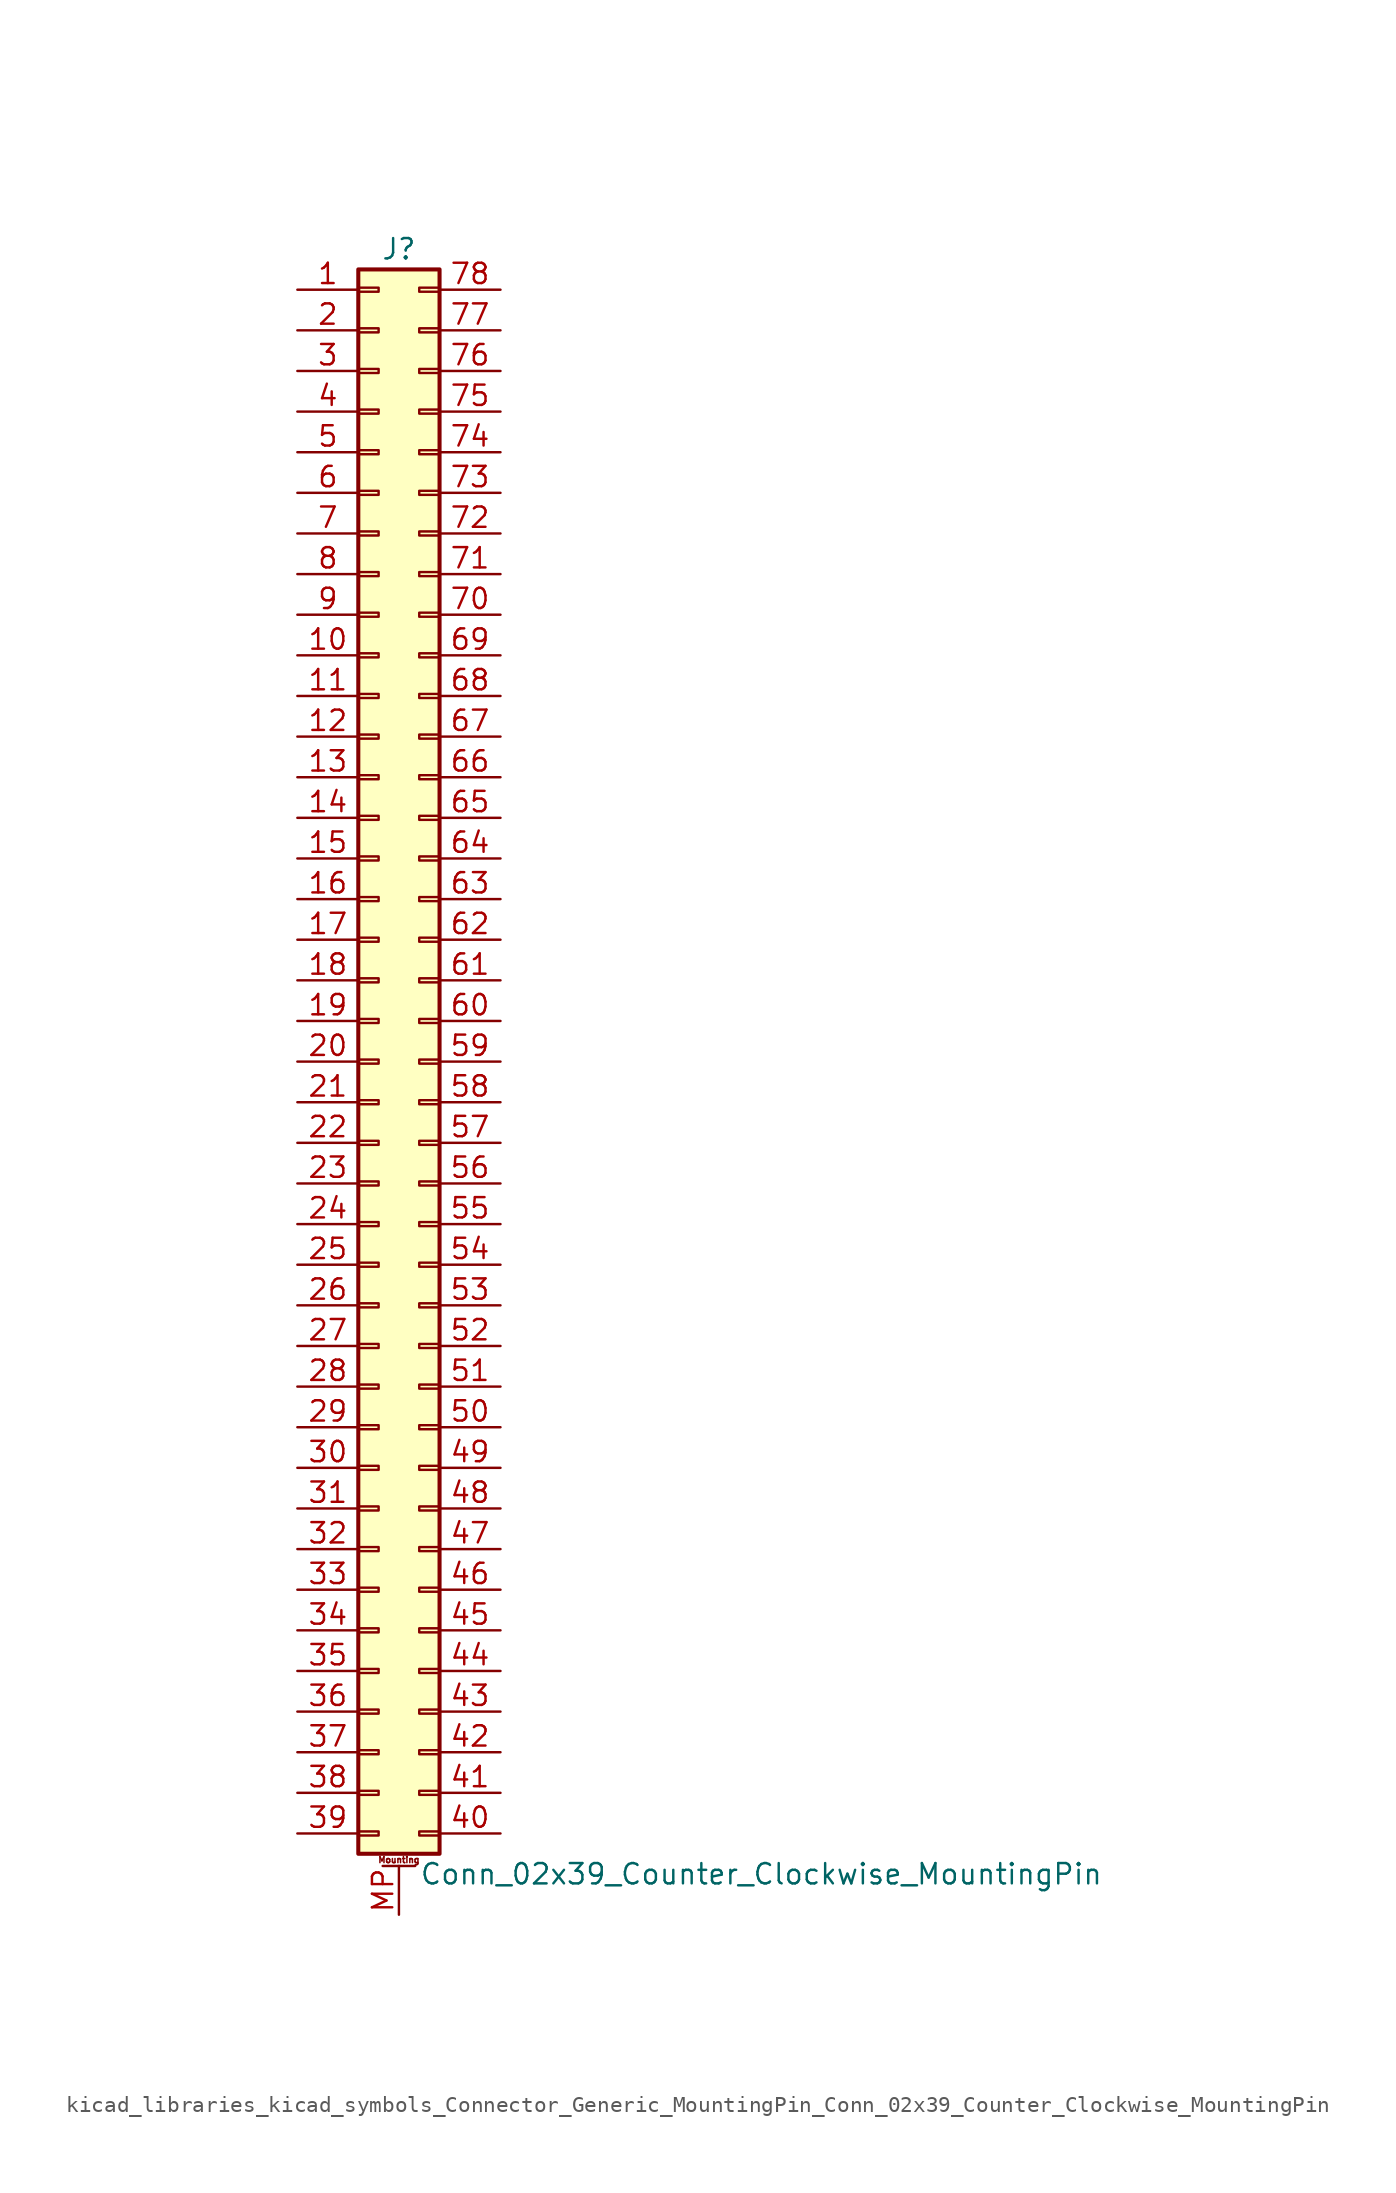
<source format=kicad_sym>
(kicad_symbol_lib
  (version 20220914)
  (generator kicad_symbol_editor)
  (symbol "kicad_libraries_kicad_symbols_Connector_Generic_MountingPin_Conn_02x39_Counter_Clockwise_MountingPin"
    (pin_names
      (offset 1.016) hide)
    (property "Reference" "J"
      (at 1.27 50.8 0)
      (effects (font (size 1.27 1.27))))
    (property "Value" "Conn_02x39_Counter_Clockwise_MountingPin"
      (at 2.54 -50.8 0)
      (effects (font (size 1.27 1.27)) (justify left)))
    (symbol "kicad_libraries_kicad_symbols_Connector_Generic_MountingPin_Conn_02x39_Counter_Clockwise_MountingPin_1_1"
      (rectangle (start -1.27 -48.133) (end 0 -48.387) (stroke (width 0.152) (type default)) (fill (type none)))
      (rectangle (start -1.27 -45.593) (end 0 -45.847) (stroke (width 0.152) (type default)) (fill (type none)))
      (rectangle (start -1.27 -43.053) (end 0 -43.307) (stroke (width 0.152) (type default)) (fill (type none)))
      (rectangle (start -1.27 -40.513) (end 0 -40.767) (stroke (width 0.152) (type default)) (fill (type none)))
      (rectangle (start -1.27 -37.973) (end 0 -38.227) (stroke (width 0.152) (type default)) (fill (type none)))
      (rectangle (start -1.27 -35.433) (end 0 -35.687) (stroke (width 0.152) (type default)) (fill (type none)))
      (rectangle (start -1.27 -32.893) (end 0 -33.147) (stroke (width 0.152) (type default)) (fill (type none)))
      (rectangle (start -1.27 -30.353) (end 0 -30.607) (stroke (width 0.152) (type default)) (fill (type none)))
      (rectangle (start -1.27 -27.813) (end 0 -28.067) (stroke (width 0.152) (type default)) (fill (type none)))
      (rectangle (start -1.27 -25.273) (end 0 -25.527) (stroke (width 0.152) (type default)) (fill (type none)))
      (rectangle (start -1.27 -22.733) (end 0 -22.987) (stroke (width 0.152) (type default)) (fill (type none)))
      (rectangle (start -1.27 -20.193) (end 0 -20.447) (stroke (width 0.152) (type default)) (fill (type none)))
      (rectangle (start -1.27 -17.653) (end 0 -17.907) (stroke (width 0.152) (type default)) (fill (type none)))
      (rectangle (start -1.27 -15.113) (end 0 -15.367) (stroke (width 0.152) (type default)) (fill (type none)))
      (rectangle (start -1.27 -12.573) (end 0 -12.827) (stroke (width 0.152) (type default)) (fill (type none)))
      (rectangle (start -1.27 -10.033) (end 0 -10.287) (stroke (width 0.152) (type default)) (fill (type none)))
      (rectangle (start -1.27 -7.493) (end 0 -7.747) (stroke (width 0.152) (type default)) (fill (type none)))
      (rectangle (start -1.27 -4.953) (end 0 -5.207) (stroke (width 0.152) (type default)) (fill (type none)))
      (rectangle (start -1.27 -2.413) (end 0 -2.667) (stroke (width 0.152) (type default)) (fill (type none)))
      (rectangle (start -1.27 0.127) (end 0 -0.127) (stroke (width 0.152) (type default)) (fill (type none)))
      (rectangle (start -1.27 2.667) (end 0 2.413) (stroke (width 0.152) (type default)) (fill (type none)))
      (rectangle (start -1.27 5.207) (end 0 4.953) (stroke (width 0.152) (type default)) (fill (type none)))
      (rectangle (start -1.27 7.747) (end 0 7.493) (stroke (width 0.152) (type default)) (fill (type none)))
      (rectangle (start -1.27 10.287) (end 0 10.033) (stroke (width 0.152) (type default)) (fill (type none)))
      (rectangle (start -1.27 12.827) (end 0 12.573) (stroke (width 0.152) (type default)) (fill (type none)))
      (rectangle (start -1.27 15.367) (end 0 15.113) (stroke (width 0.152) (type default)) (fill (type none)))
      (rectangle (start -1.27 17.907) (end 0 17.653) (stroke (width 0.152) (type default)) (fill (type none)))
      (rectangle (start -1.27 20.447) (end 0 20.193) (stroke (width 0.152) (type default)) (fill (type none)))
      (rectangle (start -1.27 22.987) (end 0 22.733) (stroke (width 0.152) (type default)) (fill (type none)))
      (rectangle (start -1.27 25.527) (end 0 25.273) (stroke (width 0.152) (type default)) (fill (type none)))
      (rectangle (start -1.27 28.067) (end 0 27.813) (stroke (width 0.152) (type default)) (fill (type none)))
      (rectangle (start -1.27 30.607) (end 0 30.353) (stroke (width 0.152) (type default)) (fill (type none)))
      (rectangle (start -1.27 33.147) (end 0 32.893) (stroke (width 0.152) (type default)) (fill (type none)))
      (rectangle (start -1.27 35.687) (end 0 35.433) (stroke (width 0.152) (type default)) (fill (type none)))
      (rectangle (start -1.27 38.227) (end 0 37.973) (stroke (width 0.152) (type default)) (fill (type none)))
      (rectangle (start -1.27 40.767) (end 0 40.513) (stroke (width 0.152) (type default)) (fill (type none)))
      (rectangle (start -1.27 43.307) (end 0 43.053) (stroke (width 0.152) (type default)) (fill (type none)))
      (rectangle (start -1.27 45.847) (end 0 45.593) (stroke (width 0.152) (type default)) (fill (type none)))
      (rectangle (start -1.27 48.387) (end 0 48.133) (stroke (width 0.152) (type default)) (fill (type none)))
      (rectangle (start -1.27 49.53) (end 3.81 -49.53) (stroke (width 0.254) (type default)) (fill (type background)))
      (polyline (pts (xy 0.254 -50.292) (xy 2.286 -50.292)) (stroke (width 0.152) (type default)) (fill (type none)))
      (rectangle (start 3.81 -48.133) (end 2.54 -48.387) (stroke (width 0.152) (type default)) (fill (type none)))
      (rectangle (start 3.81 -45.593) (end 2.54 -45.847) (stroke (width 0.152) (type default)) (fill (type none)))
      (rectangle (start 3.81 -43.053) (end 2.54 -43.307) (stroke (width 0.152) (type default)) (fill (type none)))
      (rectangle (start 3.81 -40.513) (end 2.54 -40.767) (stroke (width 0.152) (type default)) (fill (type none)))
      (rectangle (start 3.81 -37.973) (end 2.54 -38.227) (stroke (width 0.152) (type default)) (fill (type none)))
      (rectangle (start 3.81 -35.433) (end 2.54 -35.687) (stroke (width 0.152) (type default)) (fill (type none)))
      (rectangle (start 3.81 -32.893) (end 2.54 -33.147) (stroke (width 0.152) (type default)) (fill (type none)))
      (rectangle (start 3.81 -30.353) (end 2.54 -30.607) (stroke (width 0.152) (type default)) (fill (type none)))
      (rectangle (start 3.81 -27.813) (end 2.54 -28.067) (stroke (width 0.152) (type default)) (fill (type none)))
      (rectangle (start 3.81 -25.273) (end 2.54 -25.527) (stroke (width 0.152) (type default)) (fill (type none)))
      (rectangle (start 3.81 -22.733) (end 2.54 -22.987) (stroke (width 0.152) (type default)) (fill (type none)))
      (rectangle (start 3.81 -20.193) (end 2.54 -20.447) (stroke (width 0.152) (type default)) (fill (type none)))
      (rectangle (start 3.81 -17.653) (end 2.54 -17.907) (stroke (width 0.152) (type default)) (fill (type none)))
      (rectangle (start 3.81 -15.113) (end 2.54 -15.367) (stroke (width 0.152) (type default)) (fill (type none)))
      (rectangle (start 3.81 -12.573) (end 2.54 -12.827) (stroke (width 0.152) (type default)) (fill (type none)))
      (rectangle (start 3.81 -10.033) (end 2.54 -10.287) (stroke (width 0.152) (type default)) (fill (type none)))
      (rectangle (start 3.81 -7.493) (end 2.54 -7.747) (stroke (width 0.152) (type default)) (fill (type none)))
      (rectangle (start 3.81 -4.953) (end 2.54 -5.207) (stroke (width 0.152) (type default)) (fill (type none)))
      (rectangle (start 3.81 -2.413) (end 2.54 -2.667) (stroke (width 0.152) (type default)) (fill (type none)))
      (rectangle (start 3.81 0.127) (end 2.54 -0.127) (stroke (width 0.152) (type default)) (fill (type none)))
      (rectangle (start 3.81 2.667) (end 2.54 2.413) (stroke (width 0.152) (type default)) (fill (type none)))
      (rectangle (start 3.81 5.207) (end 2.54 4.953) (stroke (width 0.152) (type default)) (fill (type none)))
      (rectangle (start 3.81 7.747) (end 2.54 7.493) (stroke (width 0.152) (type default)) (fill (type none)))
      (rectangle (start 3.81 10.287) (end 2.54 10.033) (stroke (width 0.152) (type default)) (fill (type none)))
      (rectangle (start 3.81 12.827) (end 2.54 12.573) (stroke (width 0.152) (type default)) (fill (type none)))
      (rectangle (start 3.81 15.367) (end 2.54 15.113) (stroke (width 0.152) (type default)) (fill (type none)))
      (rectangle (start 3.81 17.907) (end 2.54 17.653) (stroke (width 0.152) (type default)) (fill (type none)))
      (rectangle (start 3.81 20.447) (end 2.54 20.193) (stroke (width 0.152) (type default)) (fill (type none)))
      (rectangle (start 3.81 22.987) (end 2.54 22.733) (stroke (width 0.152) (type default)) (fill (type none)))
      (rectangle (start 3.81 25.527) (end 2.54 25.273) (stroke (width 0.152) (type default)) (fill (type none)))
      (rectangle (start 3.81 28.067) (end 2.54 27.813) (stroke (width 0.152) (type default)) (fill (type none)))
      (rectangle (start 3.81 30.607) (end 2.54 30.353) (stroke (width 0.152) (type default)) (fill (type none)))
      (rectangle (start 3.81 33.147) (end 2.54 32.893) (stroke (width 0.152) (type default)) (fill (type none)))
      (rectangle (start 3.81 35.687) (end 2.54 35.433) (stroke (width 0.152) (type default)) (fill (type none)))
      (rectangle (start 3.81 38.227) (end 2.54 37.973) (stroke (width 0.152) (type default)) (fill (type none)))
      (rectangle (start 3.81 40.767) (end 2.54 40.513) (stroke (width 0.152) (type default)) (fill (type none)))
      (rectangle (start 3.81 43.307) (end 2.54 43.053) (stroke (width 0.152) (type default)) (fill (type none)))
      (rectangle (start 3.81 45.847) (end 2.54 45.593) (stroke (width 0.152) (type default)) (fill (type none)))
      (rectangle (start 3.81 48.387) (end 2.54 48.133) (stroke (width 0.152) (type default)) (fill (type none)))
      (text "Mounting" (at 1.27 -49.911 0) (effects (font (size 0.381 0.381))))
      (pin passive line (at -5.08 48.26 0) (length 3.81) (name "Pin_1" (effects (font (size 1.27 1.27)))) (number "1" (effects (font (size 1.27 1.27)))))
      (pin passive line (at -5.08 25.4 0) (length 3.81) (name "Pin_10" (effects (font (size 1.27 1.27)))) (number "10" (effects (font (size 1.27 1.27)))))
      (pin passive line (at -5.08 22.86 0) (length 3.81) (name "Pin_11" (effects (font (size 1.27 1.27)))) (number "11" (effects (font (size 1.27 1.27)))))
      (pin passive line (at -5.08 20.32 0) (length 3.81) (name "Pin_12" (effects (font (size 1.27 1.27)))) (number "12" (effects (font (size 1.27 1.27)))))
      (pin passive line (at -5.08 17.78 0) (length 3.81) (name "Pin_13" (effects (font (size 1.27 1.27)))) (number "13" (effects (font (size 1.27 1.27)))))
      (pin passive line (at -5.08 15.24 0) (length 3.81) (name "Pin_14" (effects (font (size 1.27 1.27)))) (number "14" (effects (font (size 1.27 1.27)))))
      (pin passive line (at -5.08 12.7 0) (length 3.81) (name "Pin_15" (effects (font (size 1.27 1.27)))) (number "15" (effects (font (size 1.27 1.27)))))
      (pin passive line (at -5.08 10.16 0) (length 3.81) (name "Pin_16" (effects (font (size 1.27 1.27)))) (number "16" (effects (font (size 1.27 1.27)))))
      (pin passive line (at -5.08 7.62 0) (length 3.81) (name "Pin_17" (effects (font (size 1.27 1.27)))) (number "17" (effects (font (size 1.27 1.27)))))
      (pin passive line (at -5.08 5.08 0) (length 3.81) (name "Pin_18" (effects (font (size 1.27 1.27)))) (number "18" (effects (font (size 1.27 1.27)))))
      (pin passive line (at -5.08 2.54 0) (length 3.81) (name "Pin_19" (effects (font (size 1.27 1.27)))) (number "19" (effects (font (size 1.27 1.27)))))
      (pin passive line (at -5.08 45.72 0) (length 3.81) (name "Pin_2" (effects (font (size 1.27 1.27)))) (number "2" (effects (font (size 1.27 1.27)))))
      (pin passive line (at -5.08 0 0) (length 3.81) (name "Pin_20" (effects (font (size 1.27 1.27)))) (number "20" (effects (font (size 1.27 1.27)))))
      (pin passive line (at -5.08 -2.54 0) (length 3.81) (name "Pin_21" (effects (font (size 1.27 1.27)))) (number "21" (effects (font (size 1.27 1.27)))))
      (pin passive line (at -5.08 -5.08 0) (length 3.81) (name "Pin_22" (effects (font (size 1.27 1.27)))) (number "22" (effects (font (size 1.27 1.27)))))
      (pin passive line (at -5.08 -7.62 0) (length 3.81) (name "Pin_23" (effects (font (size 1.27 1.27)))) (number "23" (effects (font (size 1.27 1.27)))))
      (pin passive line (at -5.08 -10.16 0) (length 3.81) (name "Pin_24" (effects (font (size 1.27 1.27)))) (number "24" (effects (font (size 1.27 1.27)))))
      (pin passive line (at -5.08 -12.7 0) (length 3.81) (name "Pin_25" (effects (font (size 1.27 1.27)))) (number "25" (effects (font (size 1.27 1.27)))))
      (pin passive line (at -5.08 -15.24 0) (length 3.81) (name "Pin_26" (effects (font (size 1.27 1.27)))) (number "26" (effects (font (size 1.27 1.27)))))
      (pin passive line (at -5.08 -17.78 0) (length 3.81) (name "Pin_27" (effects (font (size 1.27 1.27)))) (number "27" (effects (font (size 1.27 1.27)))))
      (pin passive line (at -5.08 -20.32 0) (length 3.81) (name "Pin_28" (effects (font (size 1.27 1.27)))) (number "28" (effects (font (size 1.27 1.27)))))
      (pin passive line (at -5.08 -22.86 0) (length 3.81) (name "Pin_29" (effects (font (size 1.27 1.27)))) (number "29" (effects (font (size 1.27 1.27)))))
      (pin passive line (at -5.08 43.18 0) (length 3.81) (name "Pin_3" (effects (font (size 1.27 1.27)))) (number "3" (effects (font (size 1.27 1.27)))))
      (pin passive line (at -5.08 -25.4 0) (length 3.81) (name "Pin_30" (effects (font (size 1.27 1.27)))) (number "30" (effects (font (size 1.27 1.27)))))
      (pin passive line (at -5.08 -27.94 0) (length 3.81) (name "Pin_31" (effects (font (size 1.27 1.27)))) (number "31" (effects (font (size 1.27 1.27)))))
      (pin passive line (at -5.08 -30.48 0) (length 3.81) (name "Pin_32" (effects (font (size 1.27 1.27)))) (number "32" (effects (font (size 1.27 1.27)))))
      (pin passive line (at -5.08 -33.02 0) (length 3.81) (name "Pin_33" (effects (font (size 1.27 1.27)))) (number "33" (effects (font (size 1.27 1.27)))))
      (pin passive line (at -5.08 -35.56 0) (length 3.81) (name "Pin_34" (effects (font (size 1.27 1.27)))) (number "34" (effects (font (size 1.27 1.27)))))
      (pin passive line (at -5.08 -38.1 0) (length 3.81) (name "Pin_35" (effects (font (size 1.27 1.27)))) (number "35" (effects (font (size 1.27 1.27)))))
      (pin passive line (at -5.08 -40.64 0) (length 3.81) (name "Pin_36" (effects (font (size 1.27 1.27)))) (number "36" (effects (font (size 1.27 1.27)))))
      (pin passive line (at -5.08 -43.18 0) (length 3.81) (name "Pin_37" (effects (font (size 1.27 1.27)))) (number "37" (effects (font (size 1.27 1.27)))))
      (pin passive line (at -5.08 -45.72 0) (length 3.81) (name "Pin_38" (effects (font (size 1.27 1.27)))) (number "38" (effects (font (size 1.27 1.27)))))
      (pin passive line (at -5.08 -48.26 0) (length 3.81) (name "Pin_39" (effects (font (size 1.27 1.27)))) (number "39" (effects (font (size 1.27 1.27)))))
      (pin passive line (at -5.08 40.64 0) (length 3.81) (name "Pin_4" (effects (font (size 1.27 1.27)))) (number "4" (effects (font (size 1.27 1.27)))))
      (pin passive line (at 7.62 -48.26 180) (length 3.81) (name "Pin_40" (effects (font (size 1.27 1.27)))) (number "40" (effects (font (size 1.27 1.27)))))
      (pin passive line (at 7.62 -45.72 180) (length 3.81) (name "Pin_41" (effects (font (size 1.27 1.27)))) (number "41" (effects (font (size 1.27 1.27)))))
      (pin passive line (at 7.62 -43.18 180) (length 3.81) (name "Pin_42" (effects (font (size 1.27 1.27)))) (number "42" (effects (font (size 1.27 1.27)))))
      (pin passive line (at 7.62 -40.64 180) (length 3.81) (name "Pin_43" (effects (font (size 1.27 1.27)))) (number "43" (effects (font (size 1.27 1.27)))))
      (pin passive line (at 7.62 -38.1 180) (length 3.81) (name "Pin_44" (effects (font (size 1.27 1.27)))) (number "44" (effects (font (size 1.27 1.27)))))
      (pin passive line (at 7.62 -35.56 180) (length 3.81) (name "Pin_45" (effects (font (size 1.27 1.27)))) (number "45" (effects (font (size 1.27 1.27)))))
      (pin passive line (at 7.62 -33.02 180) (length 3.81) (name "Pin_46" (effects (font (size 1.27 1.27)))) (number "46" (effects (font (size 1.27 1.27)))))
      (pin passive line (at 7.62 -30.48 180) (length 3.81) (name "Pin_47" (effects (font (size 1.27 1.27)))) (number "47" (effects (font (size 1.27 1.27)))))
      (pin passive line (at 7.62 -27.94 180) (length 3.81) (name "Pin_48" (effects (font (size 1.27 1.27)))) (number "48" (effects (font (size 1.27 1.27)))))
      (pin passive line (at 7.62 -25.4 180) (length 3.81) (name "Pin_49" (effects (font (size 1.27 1.27)))) (number "49" (effects (font (size 1.27 1.27)))))
      (pin passive line (at -5.08 38.1 0) (length 3.81) (name "Pin_5" (effects (font (size 1.27 1.27)))) (number "5" (effects (font (size 1.27 1.27)))))
      (pin passive line (at 7.62 -22.86 180) (length 3.81) (name "Pin_50" (effects (font (size 1.27 1.27)))) (number "50" (effects (font (size 1.27 1.27)))))
      (pin passive line (at 7.62 -20.32 180) (length 3.81) (name "Pin_51" (effects (font (size 1.27 1.27)))) (number "51" (effects (font (size 1.27 1.27)))))
      (pin passive line (at 7.62 -17.78 180) (length 3.81) (name "Pin_52" (effects (font (size 1.27 1.27)))) (number "52" (effects (font (size 1.27 1.27)))))
      (pin passive line (at 7.62 -15.24 180) (length 3.81) (name "Pin_53" (effects (font (size 1.27 1.27)))) (number "53" (effects (font (size 1.27 1.27)))))
      (pin passive line (at 7.62 -12.7 180) (length 3.81) (name "Pin_54" (effects (font (size 1.27 1.27)))) (number "54" (effects (font (size 1.27 1.27)))))
      (pin passive line (at 7.62 -10.16 180) (length 3.81) (name "Pin_55" (effects (font (size 1.27 1.27)))) (number "55" (effects (font (size 1.27 1.27)))))
      (pin passive line (at 7.62 -7.62 180) (length 3.81) (name "Pin_56" (effects (font (size 1.27 1.27)))) (number "56" (effects (font (size 1.27 1.27)))))
      (pin passive line (at 7.62 -5.08 180) (length 3.81) (name "Pin_57" (effects (font (size 1.27 1.27)))) (number "57" (effects (font (size 1.27 1.27)))))
      (pin passive line (at 7.62 -2.54 180) (length 3.81) (name "Pin_58" (effects (font (size 1.27 1.27)))) (number "58" (effects (font (size 1.27 1.27)))))
      (pin passive line (at 7.62 0 180) (length 3.81) (name "Pin_59" (effects (font (size 1.27 1.27)))) (number "59" (effects (font (size 1.27 1.27)))))
      (pin passive line (at -5.08 35.56 0) (length 3.81) (name "Pin_6" (effects (font (size 1.27 1.27)))) (number "6" (effects (font (size 1.27 1.27)))))
      (pin passive line (at 7.62 2.54 180) (length 3.81) (name "Pin_60" (effects (font (size 1.27 1.27)))) (number "60" (effects (font (size 1.27 1.27)))))
      (pin passive line (at 7.62 5.08 180) (length 3.81) (name "Pin_61" (effects (font (size 1.27 1.27)))) (number "61" (effects (font (size 1.27 1.27)))))
      (pin passive line (at 7.62 7.62 180) (length 3.81) (name "Pin_62" (effects (font (size 1.27 1.27)))) (number "62" (effects (font (size 1.27 1.27)))))
      (pin passive line (at 7.62 10.16 180) (length 3.81) (name "Pin_63" (effects (font (size 1.27 1.27)))) (number "63" (effects (font (size 1.27 1.27)))))
      (pin passive line (at 7.62 12.7 180) (length 3.81) (name "Pin_64" (effects (font (size 1.27 1.27)))) (number "64" (effects (font (size 1.27 1.27)))))
      (pin passive line (at 7.62 15.24 180) (length 3.81) (name "Pin_65" (effects (font (size 1.27 1.27)))) (number "65" (effects (font (size 1.27 1.27)))))
      (pin passive line (at 7.62 17.78 180) (length 3.81) (name "Pin_66" (effects (font (size 1.27 1.27)))) (number "66" (effects (font (size 1.27 1.27)))))
      (pin passive line (at 7.62 20.32 180) (length 3.81) (name "Pin_67" (effects (font (size 1.27 1.27)))) (number "67" (effects (font (size 1.27 1.27)))))
      (pin passive line (at 7.62 22.86 180) (length 3.81) (name "Pin_68" (effects (font (size 1.27 1.27)))) (number "68" (effects (font (size 1.27 1.27)))))
      (pin passive line (at 7.62 25.4 180) (length 3.81) (name "Pin_69" (effects (font (size 1.27 1.27)))) (number "69" (effects (font (size 1.27 1.27)))))
      (pin passive line (at -5.08 33.02 0) (length 3.81) (name "Pin_7" (effects (font (size 1.27 1.27)))) (number "7" (effects (font (size 1.27 1.27)))))
      (pin passive line (at 7.62 27.94 180) (length 3.81) (name "Pin_70" (effects (font (size 1.27 1.27)))) (number "70" (effects (font (size 1.27 1.27)))))
      (pin passive line (at 7.62 30.48 180) (length 3.81) (name "Pin_71" (effects (font (size 1.27 1.27)))) (number "71" (effects (font (size 1.27 1.27)))))
      (pin passive line (at 7.62 33.02 180) (length 3.81) (name "Pin_72" (effects (font (size 1.27 1.27)))) (number "72" (effects (font (size 1.27 1.27)))))
      (pin passive line (at 7.62 35.56 180) (length 3.81) (name "Pin_73" (effects (font (size 1.27 1.27)))) (number "73" (effects (font (size 1.27 1.27)))))
      (pin passive line (at 7.62 38.1 180) (length 3.81) (name "Pin_74" (effects (font (size 1.27 1.27)))) (number "74" (effects (font (size 1.27 1.27)))))
      (pin passive line (at 7.62 40.64 180) (length 3.81) (name "Pin_75" (effects (font (size 1.27 1.27)))) (number "75" (effects (font (size 1.27 1.27)))))
      (pin passive line (at 7.62 43.18 180) (length 3.81) (name "Pin_76" (effects (font (size 1.27 1.27)))) (number "76" (effects (font (size 1.27 1.27)))))
      (pin passive line (at 7.62 45.72 180) (length 3.81) (name "Pin_77" (effects (font (size 1.27 1.27)))) (number "77" (effects (font (size 1.27 1.27)))))
      (pin passive line (at 7.62 48.26 180) (length 3.81) (name "Pin_78" (effects (font (size 1.27 1.27)))) (number "78" (effects (font (size 1.27 1.27)))))
      (pin passive line (at -5.08 30.48 0) (length 3.81) (name "Pin_8" (effects (font (size 1.27 1.27)))) (number "8" (effects (font (size 1.27 1.27)))))
      (pin passive line (at -5.08 27.94 0) (length 3.81) (name "Pin_9" (effects (font (size 1.27 1.27)))) (number "9" (effects (font (size 1.27 1.27)))))
      (pin passive line (at 1.27 -53.34 90) (length 3.048) (name "MountPin" (effects (font (size 1.27 1.27)))) (number "MP" (effects (font (size 1.27 1.27))))))))
</source>
